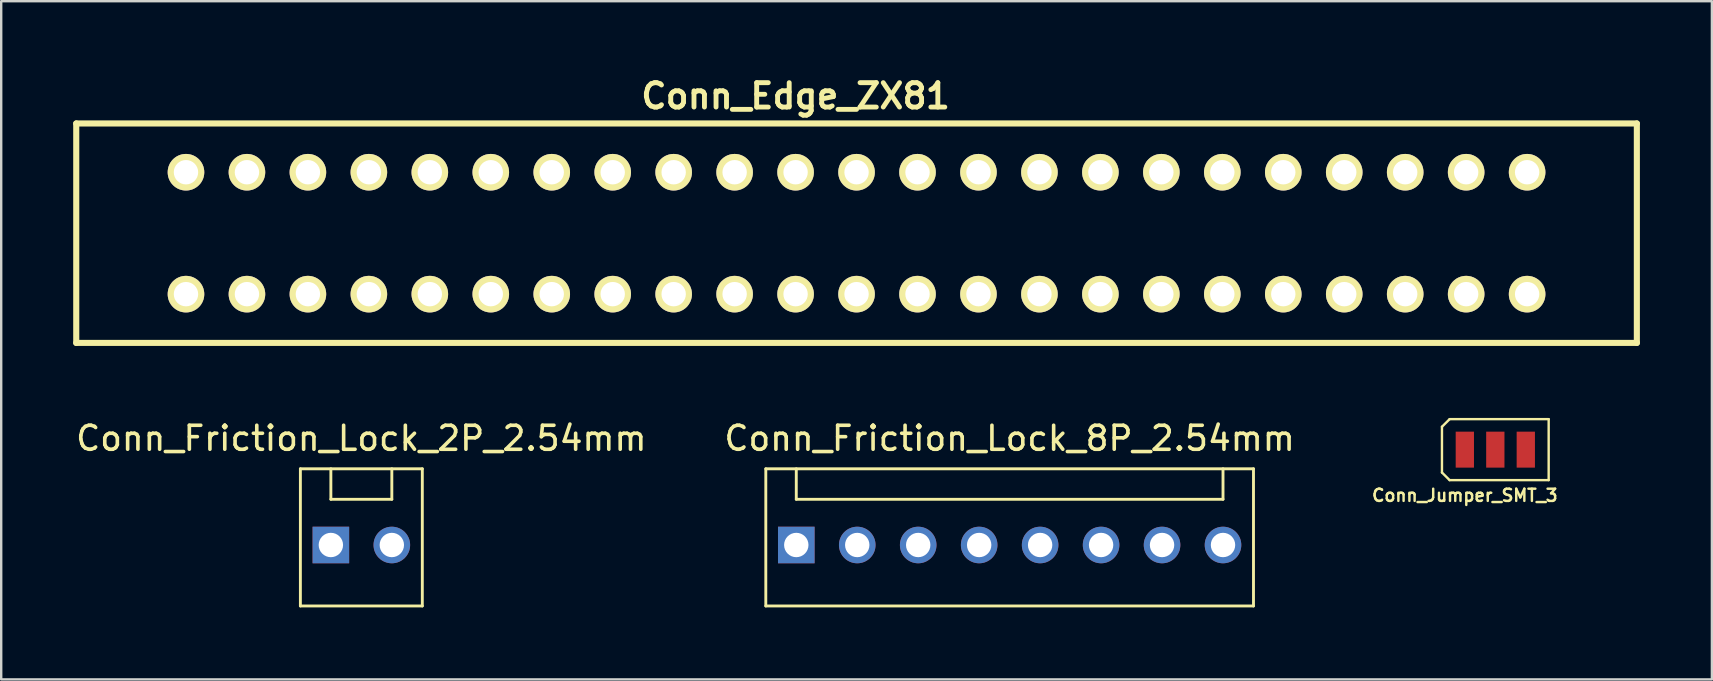
<source format=kicad_pcb>
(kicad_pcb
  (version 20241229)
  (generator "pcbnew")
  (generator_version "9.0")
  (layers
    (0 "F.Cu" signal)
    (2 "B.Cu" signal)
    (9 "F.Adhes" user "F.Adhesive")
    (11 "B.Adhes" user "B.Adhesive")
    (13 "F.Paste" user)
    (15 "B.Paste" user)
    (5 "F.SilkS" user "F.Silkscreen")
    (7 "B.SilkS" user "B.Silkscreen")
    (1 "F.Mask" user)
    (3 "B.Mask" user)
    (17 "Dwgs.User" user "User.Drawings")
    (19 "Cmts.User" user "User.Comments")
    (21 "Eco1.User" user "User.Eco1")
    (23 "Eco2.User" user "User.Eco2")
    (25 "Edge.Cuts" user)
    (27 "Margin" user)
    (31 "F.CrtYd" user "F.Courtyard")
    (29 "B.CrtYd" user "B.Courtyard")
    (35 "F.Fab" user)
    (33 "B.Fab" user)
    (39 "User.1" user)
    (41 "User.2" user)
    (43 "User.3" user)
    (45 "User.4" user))
  (footprint "Conn_Jumper_SMT_3"
    (layer "F.Cu")
    (at 59.254 15.685)
    (property "Reference" "Conn_Jumper_SMT_3" (at -1.27 1.905 0) (layer "F.SilkS") (effects (font (size 0.508 0.508) (thickness 0.102))))
    (attr smd)
    (fp_line (start -2.223 -0.953) (end -1.905 -1.27) (stroke (width 0.1) (type solid)) (layer "F.SilkS"))
    (fp_line (start -2.223 0.953) (end -2.223 -0.953) (stroke (width 0.1) (type solid)) (layer "F.SilkS"))
    (fp_line (start -1.905 -1.27) (end 2.223 -1.27) (stroke (width 0.1) (type solid)) (layer "F.SilkS"))
    (fp_line (start -1.905 1.27) (end -2.223 0.953) (stroke (width 0.1) (type solid)) (layer "F.SilkS"))
    (fp_line (start 2.223 -1.27) (end 2.223 1.27) (stroke (width 0.1) (type solid)) (layer "F.SilkS"))
    (fp_line (start 2.223 1.27) (end -1.905 1.27) (stroke (width 0.1) (type solid)) (layer "F.SilkS"))
    (pad "1" smd rect (at -1.27 0) (size 0.762 1.499) (layers "F.Cu" "F.Mask" "F.Paste"))
    (pad "2" smd rect (at 0 0) (size 0.762 1.499) (layers "F.Cu" "F.Mask" "F.Paste"))
    (pad "3" smd rect (at 1.27 0) (size 0.762 1.499) (layers "F.Cu" "F.Mask" "F.Paste")))
  (footprint "Conn_Friction_Lock_8P_2.54mm"
    (layer "F.Cu")
    (at 39.018 19.658)
    (property "Reference" "Conn_Friction_Lock_8P_2.54mm" (at 0 -4.445 0) (layer "F.SilkS") (effects (font (size 1 1) (thickness 0.15))))
    (attr through_hole)
    (fp_line (start -10.16 -3.175) (end -10.16 2.54) (stroke (width 0.12) (type solid)) (layer "F.SilkS"))
    (fp_line (start -8.89 -3.175) (end -8.89 -1.905) (stroke (width 0.12) (type solid)) (layer "F.SilkS"))
    (fp_line (start -8.89 -1.905) (end 8.89 -1.905) (stroke (width 0.12) (type solid)) (layer "F.SilkS"))
    (fp_line (start 8.89 -1.905) (end 8.89 -3.175) (stroke (width 0.12) (type solid)) (layer "F.SilkS"))
    (fp_line (start 10.16 -3.175) (end -10.16 -3.175) (stroke (width 0.12) (type solid)) (layer "F.SilkS"))
    (fp_line (start 10.16 2.54) (end -10.16 2.54) (stroke (width 0.12) (type solid)) (layer "F.SilkS"))
    (fp_line (start 10.16 2.54) (end 10.16 -3.175) (stroke (width 0.12) (type solid)) (layer "F.SilkS"))
    (pad "1" thru_hole rect (at -8.89 0) (size 1.524 1.524) (drill 1.016) (layers "*.Cu" "*.Mask"))
    (pad "2" thru_hole circle (at -6.35 0) (size 1.524 1.524) (drill 1.016) (layers "*.Cu" "*.Mask"))
    (pad "3" thru_hole circle (at -3.81 0) (size 1.524 1.524) (drill 1.016) (layers "*.Cu" "*.Mask"))
    (pad "4" thru_hole circle (at -1.27 0) (size 1.524 1.524) (drill 1.016) (layers "*.Cu" "*.Mask"))
    (pad "5" thru_hole circle (at 1.27 0) (size 1.524 1.524) (drill 1.016) (layers "*.Cu" "*.Mask"))
    (pad "6" thru_hole circle (at 3.81 0) (size 1.524 1.524) (drill 1.016) (layers "*.Cu" "*.Mask"))
    (pad "7" thru_hole circle (at 6.35 0) (size 1.524 1.524) (drill 1.016) (layers "*.Cu" "*.Mask"))
    (pad "8" thru_hole circle (at 8.89 0) (size 1.524 1.524) (drill 1.016) (layers "*.Cu" "*.Mask")))
  (footprint "Conn_Edge_ZX81"
    (layer "F.Cu")
    (at 32.639 6.666)
    (property "Reference" "Conn_Edge_ZX81" (at -2.54 -5.715 0) (layer "F.SilkS") (effects (font (size 1.016 1.016) (thickness 0.203))))
    (attr through_hole)
    (fp_line (start -32.512 -4.572) (end 32.512 -4.572) (stroke (width 0.254) (type solid)) (layer "F.SilkS"))
    (fp_line (start -32.512 4.572) (end -32.512 -4.572) (stroke (width 0.254) (type solid)) (layer "F.SilkS"))
    (fp_line (start 32.512 -4.572) (end 32.512 4.572) (stroke (width 0.254) (type solid)) (layer "F.SilkS"))
    (fp_line (start 32.512 4.572) (end -32.512 4.572) (stroke (width 0.254) (type solid)) (layer "F.SilkS"))
    (pad "1A" thru_hole circle (at -27.94 -2.54) (size 1.524 1.524) (drill 1.016) (layers "*.Cu" "*.Mask" "F.SilkS"))
    (pad "1B" thru_hole circle (at -27.94 2.54) (size 1.524 1.524) (drill 1.016) (layers "*.Cu" "*.Mask" "F.SilkS"))
    (pad "2A" thru_hole circle (at -25.4 -2.54) (size 1.524 1.524) (drill 1.016) (layers "*.Cu" "*.Mask" "F.SilkS"))
    (pad "2B" thru_hole circle (at -25.4 2.54) (size 1.524 1.524) (drill 1.016) (layers "*.Cu" "*.Mask" "F.SilkS"))
    (pad "3A" thru_hole circle (at -22.86 -2.54) (size 1.524 1.524) (drill 1.016) (layers "*.Cu" "*.Mask" "F.SilkS"))
    (pad "3B" thru_hole circle (at -22.86 2.54) (size 1.524 1.524) (drill 1.016) (layers "*.Cu" "*.Mask" "F.SilkS"))
    (pad "4A" thru_hole circle (at -20.32 -2.54) (size 1.524 1.524) (drill 1.016) (layers "*.Cu" "*.Mask" "F.SilkS"))
    (pad "4B" thru_hole circle (at -20.32 2.54) (size 1.524 1.524) (drill 1.016) (layers "*.Cu" "*.Mask" "F.SilkS"))
    (pad "5A" thru_hole circle (at -17.78 -2.54) (size 1.524 1.524) (drill 1.016) (layers "*.Cu" "*.Mask" "F.SilkS"))
    (pad "5B" thru_hole circle (at -17.78 2.54) (size 1.524 1.524) (drill 1.016) (layers "*.Cu" "*.Mask" "F.SilkS"))
    (pad "6A" thru_hole circle (at -15.24 -2.54) (size 1.524 1.524) (drill 1.016) (layers "*.Cu" "*.Mask" "F.SilkS"))
    (pad "6B" thru_hole circle (at -15.24 2.54) (size 1.524 1.524) (drill 1.016) (layers "*.Cu" "*.Mask" "F.SilkS"))
    (pad "7A" thru_hole circle (at -12.7 -2.54) (size 1.524 1.524) (drill 1.016) (layers "*.Cu" "*.Mask" "F.SilkS"))
    (pad "7B" thru_hole circle (at -12.7 2.54) (size 1.524 1.524) (drill 1.016) (layers "*.Cu" "*.Mask" "F.SilkS"))
    (pad "8A" thru_hole circle (at -10.16 -2.54) (size 1.524 1.524) (drill 1.016) (layers "*.Cu" "*.Mask" "F.SilkS"))
    (pad "8B" thru_hole circle (at -10.16 2.54) (size 1.524 1.524) (drill 1.016) (layers "*.Cu" "*.Mask" "F.SilkS"))
    (pad "9A" thru_hole circle (at -7.62 -2.54) (size 1.524 1.524) (drill 1.016) (layers "*.Cu" "*.Mask" "F.SilkS"))
    (pad "9B" thru_hole circle (at -7.62 2.54) (size 1.524 1.524) (drill 1.016) (layers "*.Cu" "*.Mask" "F.SilkS"))
    (pad "10A" thru_hole circle (at -5.08 -2.54) (size 1.524 1.524) (drill 1.016) (layers "*.Cu" "*.Mask" "F.SilkS"))
    (pad "10B" thru_hole circle (at -5.08 2.54) (size 1.524 1.524) (drill 1.016) (layers "*.Cu" "*.Mask" "F.SilkS"))
    (pad "11A" thru_hole circle (at -2.54 -2.54) (size 1.524 1.524) (drill 1.016) (layers "*.Cu" "*.Mask" "F.SilkS"))
    (pad "11B" thru_hole circle (at -2.54 2.54) (size 1.524 1.524) (drill 1.016) (layers "*.Cu" "*.Mask" "F.SilkS"))
    (pad "12A" thru_hole circle (at 0 -2.54) (size 1.524 1.524) (drill 1.016) (layers "*.Cu" "*.Mask" "F.SilkS"))
    (pad "12B" thru_hole circle (at 0 2.54) (size 1.524 1.524) (drill 1.016) (layers "*.Cu" "*.Mask" "F.SilkS"))
    (pad "13A" thru_hole circle (at 2.54 -2.54) (size 1.524 1.524) (drill 1.016) (layers "*.Cu" "*.Mask" "F.SilkS"))
    (pad "13B" thru_hole circle (at 2.54 2.54) (size 1.524 1.524) (drill 1.016) (layers "*.Cu" "*.Mask" "F.SilkS"))
    (pad "14A" thru_hole circle (at 5.08 -2.54) (size 1.524 1.524) (drill 1.016) (layers "*.Cu" "*.Mask" "F.SilkS"))
    (pad "14B" thru_hole circle (at 5.08 2.54) (size 1.524 1.524) (drill 1.016) (layers "*.Cu" "*.Mask" "F.SilkS"))
    (pad "15A" thru_hole circle (at 7.62 -2.54) (size 1.524 1.524) (drill 1.016) (layers "*.Cu" "*.Mask" "F.SilkS"))
    (pad "15B" thru_hole circle (at 7.62 2.54) (size 1.524 1.524) (drill 1.016) (layers "*.Cu" "*.Mask" "F.SilkS"))
    (pad "16A" thru_hole circle (at 10.16 -2.54) (size 1.524 1.524) (drill 1.016) (layers "*.Cu" "*.Mask" "F.SilkS"))
    (pad "16B" thru_hole circle (at 10.16 2.54) (size 1.524 1.524) (drill 1.016) (layers "*.Cu" "*.Mask" "F.SilkS"))
    (pad "17A" thru_hole circle (at 12.7 -2.54) (size 1.524 1.524) (drill 1.016) (layers "*.Cu" "*.Mask" "F.SilkS"))
    (pad "17B" thru_hole circle (at 12.7 2.54) (size 1.524 1.524) (drill 1.016) (layers "*.Cu" "*.Mask" "F.SilkS"))
    (pad "18A" thru_hole circle (at 15.24 -2.54) (size 1.524 1.524) (drill 1.016) (layers "*.Cu" "*.Mask" "F.SilkS"))
    (pad "18B" thru_hole circle (at 15.24 2.54) (size 1.524 1.524) (drill 1.016) (layers "*.Cu" "*.Mask" "F.SilkS"))
    (pad "19A" thru_hole circle (at 17.78 -2.54) (size 1.524 1.524) (drill 1.016) (layers "*.Cu" "*.Mask" "F.SilkS"))
    (pad "19B" thru_hole circle (at 17.78 2.54) (size 1.524 1.524) (drill 1.016) (layers "*.Cu" "*.Mask" "F.SilkS"))
    (pad "20A" thru_hole circle (at 20.32 -2.54) (size 1.524 1.524) (drill 1.016) (layers "*.Cu" "*.Mask" "F.SilkS"))
    (pad "20B" thru_hole circle (at 20.32 2.54) (size 1.524 1.524) (drill 1.016) (layers "*.Cu" "*.Mask" "F.SilkS"))
    (pad "21A" thru_hole circle (at 22.86 -2.54) (size 1.524 1.524) (drill 1.016) (layers "*.Cu" "*.Mask" "F.SilkS"))
    (pad "21B" thru_hole circle (at 22.86 2.54) (size 1.524 1.524) (drill 1.016) (layers "*.Cu" "*.Mask" "F.SilkS"))
    (pad "22A" thru_hole circle (at 25.4 -2.54) (size 1.524 1.524) (drill 1.016) (layers "*.Cu" "*.Mask" "F.SilkS"))
    (pad "22B" thru_hole circle (at 25.4 2.54) (size 1.524 1.524) (drill 1.016) (layers "*.Cu" "*.Mask" "F.SilkS"))
    (pad "23A" thru_hole circle (at 27.94 -2.54) (size 1.524 1.524) (drill 1.016) (layers "*.Cu" "*.Mask" "F.SilkS"))
    (pad "23B" thru_hole circle (at 27.94 2.54) (size 1.524 1.524) (drill 1.016) (layers "*.Cu" "*.Mask" "F.SilkS")))
  (footprint "Conn_Friction_Lock_2P_2.54mm"
    (layer "F.Cu")
    (at 12.006 19.658)
    (property "Reference" "Conn_Friction_Lock_2P_2.54mm" (at 0 -4.445 0) (layer "F.SilkS") (effects (font (size 1 1) (thickness 0.15))))
    (attr through_hole)
    (fp_line (start -2.54 -3.175) (end -2.54 2.54) (stroke (width 0.12) (type solid)) (layer "F.SilkS"))
    (fp_line (start -1.27 -3.175) (end -1.27 -1.905) (stroke (width 0.12) (type solid)) (layer "F.SilkS"))
    (fp_line (start -1.27 -1.905) (end 1.27 -1.905) (stroke (width 0.12) (type solid)) (layer "F.SilkS"))
    (fp_line (start 1.27 -1.905) (end 1.27 -3.175) (stroke (width 0.12) (type solid)) (layer "F.SilkS"))
    (fp_line (start 2.54 -3.175) (end -2.54 -3.175) (stroke (width 0.12) (type solid)) (layer "F.SilkS"))
    (fp_line (start 2.54 2.54) (end -2.54 2.54) (stroke (width 0.12) (type solid)) (layer "F.SilkS"))
    (fp_line (start 2.54 2.54) (end 2.54 -3.175) (stroke (width 0.12) (type solid)) (layer "F.SilkS"))
    (pad "1" thru_hole rect (at -1.27 0) (size 1.524 1.524) (drill 1.016) (layers "*.Cu" "*.Mask"))
    (pad "2" thru_hole circle (at 1.27 0) (size 1.524 1.524) (drill 1.016) (layers "*.Cu" "*.Mask")))
  (gr_rect
    (start -3 -3)
    (end 68.278 25.258)
    (stroke (width 0.1) (type default))
    (fill no)
    (layer "Edge.Cuts")))
</source>
